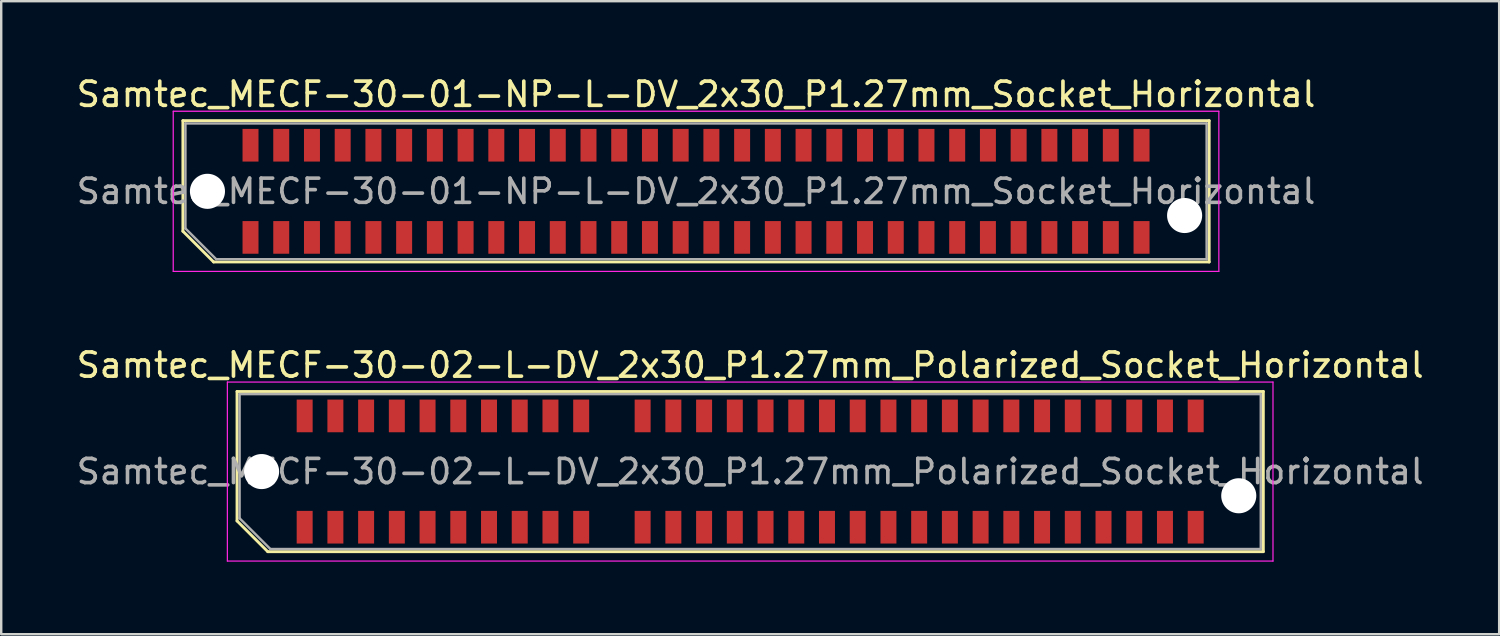
<source format=kicad_pcb>
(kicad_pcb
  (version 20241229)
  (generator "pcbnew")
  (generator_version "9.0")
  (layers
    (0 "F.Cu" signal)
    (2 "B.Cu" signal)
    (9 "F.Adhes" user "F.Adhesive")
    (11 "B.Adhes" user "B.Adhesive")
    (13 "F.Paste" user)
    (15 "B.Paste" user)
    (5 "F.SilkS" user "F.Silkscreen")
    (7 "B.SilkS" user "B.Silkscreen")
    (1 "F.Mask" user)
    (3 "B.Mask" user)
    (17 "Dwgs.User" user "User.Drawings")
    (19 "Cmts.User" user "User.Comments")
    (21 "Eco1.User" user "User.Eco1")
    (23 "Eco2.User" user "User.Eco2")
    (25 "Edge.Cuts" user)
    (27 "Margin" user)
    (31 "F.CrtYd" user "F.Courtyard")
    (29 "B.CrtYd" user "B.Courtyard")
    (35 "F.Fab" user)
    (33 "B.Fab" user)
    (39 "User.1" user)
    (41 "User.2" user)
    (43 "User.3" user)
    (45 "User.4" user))
  (footprint "Samtec_MECF-30-02-L-DV_2x30_P1.27mm_Polarized_Socket_Horizontal"
    (layer "F.Cu")
    (at 27.958 16.442)
    (property "Reference" "Samtec_MECF-30-02-L-DV_2x30_P1.27mm_Polarized_Socket_Horizontal" (at 0 -4.4 0) (layer "F.SilkS") (effects (font (size 1 1) (thickness 0.15))))
    (attr smd)
    (fp_line (start -21.21 -3.31) (end 21.21 -3.31) (stroke (width 0.12) (type solid)) (layer "F.SilkS"))
    (fp_line (start -21.21 2.04) (end -21.21 -3.31) (stroke (width 0.12) (type solid)) (layer "F.SilkS"))
    (fp_line (start -19.94 3.31) (end -21.21 2.04) (stroke (width 0.12) (type solid)) (layer "F.SilkS"))
    (fp_line (start -19.94 3.31) (end 21.21 3.31) (stroke (width 0.12) (type solid)) (layer "F.SilkS"))
    (fp_line (start 21.21 3.31) (end 21.21 -3.31) (stroke (width 0.12) (type solid)) (layer "F.SilkS"))
    (fp_line (start -21.61 -3.7) (end -21.61 3.7) (stroke (width 0.05) (type solid)) (layer "F.CrtYd"))
    (fp_line (start -21.61 3.7) (end 21.61 3.7) (stroke (width 0.05) (type solid)) (layer "F.CrtYd"))
    (fp_line (start 21.61 -3.7) (end -21.61 -3.7) (stroke (width 0.05) (type solid)) (layer "F.CrtYd"))
    (fp_line (start 21.61 3.7) (end 21.61 -3.7) (stroke (width 0.05) (type solid)) (layer "F.CrtYd"))
    (fp_line (start -21.105 -3.2) (end 21.105 -3.2) (stroke (width 0.1) (type solid)) (layer "F.Fab"))
    (fp_line (start -21.105 1.93) (end -21.105 -3.2) (stroke (width 0.1) (type solid)) (layer "F.Fab"))
    (fp_line (start -21.105 1.93) (end -19.835 3.2) (stroke (width 0.1) (type solid)) (layer "F.Fab"))
    (fp_line (start -19.835 3.2) (end 21.105 3.2) (stroke (width 0.1) (type solid)) (layer "F.Fab"))
    (fp_line (start 21.105 3.2) (end 21.105 -3.2) (stroke (width 0.1) (type solid)) (layer "F.Fab"))
    (fp_text user "${REFERENCE}" (at 0 0 0) (layer "F.Fab") (effects (font (size 1 1) (thickness 0.15))))
    (pad "" np_thru_hole circle (at -20.195 0) (size 1.45 1.45) (drill 1.45) (layers "*.Cu" "*.Mask"))
    (pad "" np_thru_hole circle (at 20.195 1) (size 1.45 1.45) (drill 1.45) (layers "*.Cu" "*.Mask"))
    (pad "1" smd rect (at -18.415 2.3) (size 0.66 1.35) (layers "F.Cu" "F.Mask" "F.Paste"))
    (pad "2" smd rect (at -18.415 -2.3) (size 0.66 1.35) (layers "F.Cu" "F.Mask" "F.Paste"))
    (pad "3" smd rect (at -17.145 2.3) (size 0.66 1.35) (layers "F.Cu" "F.Mask" "F.Paste"))
    (pad "4" smd rect (at -17.145 -2.3) (size 0.66 1.35) (layers "F.Cu" "F.Mask" "F.Paste"))
    (pad "5" smd rect (at -15.875 2.3) (size 0.66 1.35) (layers "F.Cu" "F.Mask" "F.Paste"))
    (pad "6" smd rect (at -15.875 -2.3) (size 0.66 1.35) (layers "F.Cu" "F.Mask" "F.Paste"))
    (pad "7" smd rect (at -14.605 2.3) (size 0.66 1.35) (layers "F.Cu" "F.Mask" "F.Paste"))
    (pad "8" smd rect (at -14.605 -2.3) (size 0.66 1.35) (layers "F.Cu" "F.Mask" "F.Paste"))
    (pad "9" smd rect (at -13.335 2.3) (size 0.66 1.35) (layers "F.Cu" "F.Mask" "F.Paste"))
    (pad "10" smd rect (at -13.335 -2.3) (size 0.66 1.35) (layers "F.Cu" "F.Mask" "F.Paste"))
    (pad "11" smd rect (at -12.065 2.3) (size 0.66 1.35) (layers "F.Cu" "F.Mask" "F.Paste"))
    (pad "12" smd rect (at -12.065 -2.3) (size 0.66 1.35) (layers "F.Cu" "F.Mask" "F.Paste"))
    (pad "13" smd rect (at -10.795 2.3) (size 0.66 1.35) (layers "F.Cu" "F.Mask" "F.Paste"))
    (pad "14" smd rect (at -10.795 -2.3) (size 0.66 1.35) (layers "F.Cu" "F.Mask" "F.Paste"))
    (pad "15" smd rect (at -9.525 2.3) (size 0.66 1.35) (layers "F.Cu" "F.Mask" "F.Paste"))
    (pad "16" smd rect (at -9.525 -2.3) (size 0.66 1.35) (layers "F.Cu" "F.Mask" "F.Paste"))
    (pad "17" smd rect (at -8.255 2.3) (size 0.66 1.35) (layers "F.Cu" "F.Mask" "F.Paste"))
    (pad "18" smd rect (at -8.255 -2.3) (size 0.66 1.35) (layers "F.Cu" "F.Mask" "F.Paste"))
    (pad "19" smd rect (at -6.985 2.3) (size 0.66 1.35) (layers "F.Cu" "F.Mask" "F.Paste"))
    (pad "20" smd rect (at -6.985 -2.3) (size 0.66 1.35) (layers "F.Cu" "F.Mask" "F.Paste"))
    (pad "23" smd rect (at -4.445 2.3) (size 0.66 1.35) (layers "F.Cu" "F.Mask" "F.Paste"))
    (pad "24" smd rect (at -4.445 -2.3) (size 0.66 1.35) (layers "F.Cu" "F.Mask" "F.Paste"))
    (pad "25" smd rect (at -3.175 2.3) (size 0.66 1.35) (layers "F.Cu" "F.Mask" "F.Paste"))
    (pad "26" smd rect (at -3.175 -2.3) (size 0.66 1.35) (layers "F.Cu" "F.Mask" "F.Paste"))
    (pad "27" smd rect (at -1.905 2.3) (size 0.66 1.35) (layers "F.Cu" "F.Mask" "F.Paste"))
    (pad "28" smd rect (at -1.905 -2.3) (size 0.66 1.35) (layers "F.Cu" "F.Mask" "F.Paste"))
    (pad "29" smd rect (at -0.635 2.3) (size 0.66 1.35) (layers "F.Cu" "F.Mask" "F.Paste"))
    (pad "30" smd rect (at -0.635 -2.3) (size 0.66 1.35) (layers "F.Cu" "F.Mask" "F.Paste"))
    (pad "31" smd rect (at 0.635 2.3) (size 0.66 1.35) (layers "F.Cu" "F.Mask" "F.Paste"))
    (pad "32" smd rect (at 0.635 -2.3) (size 0.66 1.35) (layers "F.Cu" "F.Mask" "F.Paste"))
    (pad "33" smd rect (at 1.905 2.3) (size 0.66 1.35) (layers "F.Cu" "F.Mask" "F.Paste"))
    (pad "34" smd rect (at 1.905 -2.3) (size 0.66 1.35) (layers "F.Cu" "F.Mask" "F.Paste"))
    (pad "35" smd rect (at 3.175 2.3) (size 0.66 1.35) (layers "F.Cu" "F.Mask" "F.Paste"))
    (pad "36" smd rect (at 3.175 -2.3) (size 0.66 1.35) (layers "F.Cu" "F.Mask" "F.Paste"))
    (pad "37" smd rect (at 4.445 2.3) (size 0.66 1.35) (layers "F.Cu" "F.Mask" "F.Paste"))
    (pad "38" smd rect (at 4.445 -2.3) (size 0.66 1.35) (layers "F.Cu" "F.Mask" "F.Paste"))
    (pad "39" smd rect (at 5.715 2.3) (size 0.66 1.35) (layers "F.Cu" "F.Mask" "F.Paste"))
    (pad "40" smd rect (at 5.715 -2.3) (size 0.66 1.35) (layers "F.Cu" "F.Mask" "F.Paste"))
    (pad "41" smd rect (at 6.985 2.3) (size 0.66 1.35) (layers "F.Cu" "F.Mask" "F.Paste"))
    (pad "42" smd rect (at 6.985 -2.3) (size 0.66 1.35) (layers "F.Cu" "F.Mask" "F.Paste"))
    (pad "43" smd rect (at 8.255 2.3) (size 0.66 1.35) (layers "F.Cu" "F.Mask" "F.Paste"))
    (pad "44" smd rect (at 8.255 -2.3) (size 0.66 1.35) (layers "F.Cu" "F.Mask" "F.Paste"))
    (pad "45" smd rect (at 9.525 2.3) (size 0.66 1.35) (layers "F.Cu" "F.Mask" "F.Paste"))
    (pad "46" smd rect (at 9.525 -2.3) (size 0.66 1.35) (layers "F.Cu" "F.Mask" "F.Paste"))
    (pad "47" smd rect (at 10.795 2.3) (size 0.66 1.35) (layers "F.Cu" "F.Mask" "F.Paste"))
    (pad "48" smd rect (at 10.795 -2.3) (size 0.66 1.35) (layers "F.Cu" "F.Mask" "F.Paste"))
    (pad "49" smd rect (at 12.065 2.3) (size 0.66 1.35) (layers "F.Cu" "F.Mask" "F.Paste"))
    (pad "50" smd rect (at 12.065 -2.3) (size 0.66 1.35) (layers "F.Cu" "F.Mask" "F.Paste"))
    (pad "51" smd rect (at 13.335 2.3) (size 0.66 1.35) (layers "F.Cu" "F.Mask" "F.Paste"))
    (pad "52" smd rect (at 13.335 -2.3) (size 0.66 1.35) (layers "F.Cu" "F.Mask" "F.Paste"))
    (pad "53" smd rect (at 14.605 2.3) (size 0.66 1.35) (layers "F.Cu" "F.Mask" "F.Paste"))
    (pad "54" smd rect (at 14.605 -2.3) (size 0.66 1.35) (layers "F.Cu" "F.Mask" "F.Paste"))
    (pad "55" smd rect (at 15.875 2.3) (size 0.66 1.35) (layers "F.Cu" "F.Mask" "F.Paste"))
    (pad "56" smd rect (at 15.875 -2.3) (size 0.66 1.35) (layers "F.Cu" "F.Mask" "F.Paste"))
    (pad "57" smd rect (at 17.145 2.3) (size 0.66 1.35) (layers "F.Cu" "F.Mask" "F.Paste"))
    (pad "58" smd rect (at 17.145 -2.3) (size 0.66 1.35) (layers "F.Cu" "F.Mask" "F.Paste"))
    (pad "59" smd rect (at 18.415 2.3) (size 0.66 1.35) (layers "F.Cu" "F.Mask" "F.Paste"))
    (pad "60" smd rect (at 18.415 -2.3) (size 0.66 1.35) (layers "F.Cu" "F.Mask" "F.Paste")))
  (footprint "Samtec_MECF-30-01-NP-L-DV_2x30_P1.27mm_Socket_Horizontal"
    (layer "F.Cu")
    (at 25.72 4.858)
    (property "Reference" "Samtec_MECF-30-01-NP-L-DV_2x30_P1.27mm_Socket_Horizontal" (at 0 -4.01 0) (layer "F.SilkS") (effects (font (size 1 1) (thickness 0.15))))
    (attr smd)
    (fp_line (start -21.21 -2.92) (end 21.21 -2.92) (stroke (width 0.12) (type solid)) (layer "F.SilkS"))
    (fp_line (start -21.21 1.65) (end -21.21 -2.92) (stroke (width 0.12) (type solid)) (layer "F.SilkS"))
    (fp_line (start -19.94 2.92) (end -21.21 1.65) (stroke (width 0.12) (type solid)) (layer "F.SilkS"))
    (fp_line (start -19.94 2.92) (end 21.21 2.92) (stroke (width 0.12) (type solid)) (layer "F.SilkS"))
    (fp_line (start 21.21 2.92) (end 21.21 -2.92) (stroke (width 0.12) (type solid)) (layer "F.SilkS"))
    (fp_line (start -21.61 -3.31) (end -21.61 3.31) (stroke (width 0.05) (type solid)) (layer "F.CrtYd"))
    (fp_line (start -21.61 3.31) (end 21.61 3.31) (stroke (width 0.05) (type solid)) (layer "F.CrtYd"))
    (fp_line (start 21.61 -3.31) (end -21.61 -3.31) (stroke (width 0.05) (type solid)) (layer "F.CrtYd"))
    (fp_line (start 21.61 3.31) (end 21.61 -3.31) (stroke (width 0.05) (type solid)) (layer "F.CrtYd"))
    (fp_line (start -21.105 -2.805) (end 21.105 -2.805) (stroke (width 0.1) (type solid)) (layer "F.Fab"))
    (fp_line (start -21.105 1.535) (end -21.105 -2.805) (stroke (width 0.1) (type solid)) (layer "F.Fab"))
    (fp_line (start -21.105 1.535) (end -19.835 2.805) (stroke (width 0.1) (type solid)) (layer "F.Fab"))
    (fp_line (start -19.835 2.805) (end 21.105 2.805) (stroke (width 0.1) (type solid)) (layer "F.Fab"))
    (fp_line (start 21.105 2.805) (end 21.105 -2.805) (stroke (width 0.1) (type solid)) (layer "F.Fab"))
    (fp_text user "${REFERENCE}" (at 0 0 0) (layer "F.Fab") (effects (font (size 1 1) (thickness 0.15))))
    (pad "" np_thru_hole circle (at -20.195 0) (size 1.45 1.45) (drill 1.45) (layers "*.Cu" "*.Mask"))
    (pad "" np_thru_hole circle (at 20.195 1) (size 1.45 1.45) (drill 1.45) (layers "*.Cu" "*.Mask"))
    (pad "1" smd rect (at -18.415 1.905) (size 0.66 1.35) (layers "F.Cu" "F.Mask" "F.Paste"))
    (pad "2" smd rect (at -18.415 -1.905) (size 0.66 1.35) (layers "F.Cu" "F.Mask" "F.Paste"))
    (pad "3" smd rect (at -17.145 1.905) (size 0.66 1.35) (layers "F.Cu" "F.Mask" "F.Paste"))
    (pad "4" smd rect (at -17.145 -1.905) (size 0.66 1.35) (layers "F.Cu" "F.Mask" "F.Paste"))
    (pad "5" smd rect (at -15.875 1.905) (size 0.66 1.35) (layers "F.Cu" "F.Mask" "F.Paste"))
    (pad "6" smd rect (at -15.875 -1.905) (size 0.66 1.35) (layers "F.Cu" "F.Mask" "F.Paste"))
    (pad "7" smd rect (at -14.605 1.905) (size 0.66 1.35) (layers "F.Cu" "F.Mask" "F.Paste"))
    (pad "8" smd rect (at -14.605 -1.905) (size 0.66 1.35) (layers "F.Cu" "F.Mask" "F.Paste"))
    (pad "9" smd rect (at -13.335 1.905) (size 0.66 1.35) (layers "F.Cu" "F.Mask" "F.Paste"))
    (pad "10" smd rect (at -13.335 -1.905) (size 0.66 1.35) (layers "F.Cu" "F.Mask" "F.Paste"))
    (pad "11" smd rect (at -12.065 1.905) (size 0.66 1.35) (layers "F.Cu" "F.Mask" "F.Paste"))
    (pad "12" smd rect (at -12.065 -1.905) (size 0.66 1.35) (layers "F.Cu" "F.Mask" "F.Paste"))
    (pad "13" smd rect (at -10.795 1.905) (size 0.66 1.35) (layers "F.Cu" "F.Mask" "F.Paste"))
    (pad "14" smd rect (at -10.795 -1.905) (size 0.66 1.35) (layers "F.Cu" "F.Mask" "F.Paste"))
    (pad "15" smd rect (at -9.525 1.905) (size 0.66 1.35) (layers "F.Cu" "F.Mask" "F.Paste"))
    (pad "16" smd rect (at -9.525 -1.905) (size 0.66 1.35) (layers "F.Cu" "F.Mask" "F.Paste"))
    (pad "17" smd rect (at -8.255 1.905) (size 0.66 1.35) (layers "F.Cu" "F.Mask" "F.Paste"))
    (pad "18" smd rect (at -8.255 -1.905) (size 0.66 1.35) (layers "F.Cu" "F.Mask" "F.Paste"))
    (pad "19" smd rect (at -6.985 1.905) (size 0.66 1.35) (layers "F.Cu" "F.Mask" "F.Paste"))
    (pad "20" smd rect (at -6.985 -1.905) (size 0.66 1.35) (layers "F.Cu" "F.Mask" "F.Paste"))
    (pad "21" smd rect (at -5.715 1.905) (size 0.66 1.35) (layers "F.Cu" "F.Mask" "F.Paste"))
    (pad "22" smd rect (at -5.715 -1.905) (size 0.66 1.35) (layers "F.Cu" "F.Mask" "F.Paste"))
    (pad "23" smd rect (at -4.445 1.905) (size 0.66 1.35) (layers "F.Cu" "F.Mask" "F.Paste"))
    (pad "24" smd rect (at -4.445 -1.905) (size 0.66 1.35) (layers "F.Cu" "F.Mask" "F.Paste"))
    (pad "25" smd rect (at -3.175 1.905) (size 0.66 1.35) (layers "F.Cu" "F.Mask" "F.Paste"))
    (pad "26" smd rect (at -3.175 -1.905) (size 0.66 1.35) (layers "F.Cu" "F.Mask" "F.Paste"))
    (pad "27" smd rect (at -1.905 1.905) (size 0.66 1.35) (layers "F.Cu" "F.Mask" "F.Paste"))
    (pad "28" smd rect (at -1.905 -1.905) (size 0.66 1.35) (layers "F.Cu" "F.Mask" "F.Paste"))
    (pad "29" smd rect (at -0.635 1.905) (size 0.66 1.35) (layers "F.Cu" "F.Mask" "F.Paste"))
    (pad "30" smd rect (at -0.635 -1.905) (size 0.66 1.35) (layers "F.Cu" "F.Mask" "F.Paste"))
    (pad "31" smd rect (at 0.635 1.905) (size 0.66 1.35) (layers "F.Cu" "F.Mask" "F.Paste"))
    (pad "32" smd rect (at 0.635 -1.905) (size 0.66 1.35) (layers "F.Cu" "F.Mask" "F.Paste"))
    (pad "33" smd rect (at 1.905 1.905) (size 0.66 1.35) (layers "F.Cu" "F.Mask" "F.Paste"))
    (pad "34" smd rect (at 1.905 -1.905) (size 0.66 1.35) (layers "F.Cu" "F.Mask" "F.Paste"))
    (pad "35" smd rect (at 3.175 1.905) (size 0.66 1.35) (layers "F.Cu" "F.Mask" "F.Paste"))
    (pad "36" smd rect (at 3.175 -1.905) (size 0.66 1.35) (layers "F.Cu" "F.Mask" "F.Paste"))
    (pad "37" smd rect (at 4.445 1.905) (size 0.66 1.35) (layers "F.Cu" "F.Mask" "F.Paste"))
    (pad "38" smd rect (at 4.445 -1.905) (size 0.66 1.35) (layers "F.Cu" "F.Mask" "F.Paste"))
    (pad "39" smd rect (at 5.715 1.905) (size 0.66 1.35) (layers "F.Cu" "F.Mask" "F.Paste"))
    (pad "40" smd rect (at 5.715 -1.905) (size 0.66 1.35) (layers "F.Cu" "F.Mask" "F.Paste"))
    (pad "41" smd rect (at 6.985 1.905) (size 0.66 1.35) (layers "F.Cu" "F.Mask" "F.Paste"))
    (pad "42" smd rect (at 6.985 -1.905) (size 0.66 1.35) (layers "F.Cu" "F.Mask" "F.Paste"))
    (pad "43" smd rect (at 8.255 1.905) (size 0.66 1.35) (layers "F.Cu" "F.Mask" "F.Paste"))
    (pad "44" smd rect (at 8.255 -1.905) (size 0.66 1.35) (layers "F.Cu" "F.Mask" "F.Paste"))
    (pad "45" smd rect (at 9.525 1.905) (size 0.66 1.35) (layers "F.Cu" "F.Mask" "F.Paste"))
    (pad "46" smd rect (at 9.525 -1.905) (size 0.66 1.35) (layers "F.Cu" "F.Mask" "F.Paste"))
    (pad "47" smd rect (at 10.795 1.905) (size 0.66 1.35) (layers "F.Cu" "F.Mask" "F.Paste"))
    (pad "48" smd rect (at 10.795 -1.905) (size 0.66 1.35) (layers "F.Cu" "F.Mask" "F.Paste"))
    (pad "49" smd rect (at 12.065 1.905) (size 0.66 1.35) (layers "F.Cu" "F.Mask" "F.Paste"))
    (pad "50" smd rect (at 12.065 -1.905) (size 0.66 1.35) (layers "F.Cu" "F.Mask" "F.Paste"))
    (pad "51" smd rect (at 13.335 1.905) (size 0.66 1.35) (layers "F.Cu" "F.Mask" "F.Paste"))
    (pad "52" smd rect (at 13.335 -1.905) (size 0.66 1.35) (layers "F.Cu" "F.Mask" "F.Paste"))
    (pad "53" smd rect (at 14.605 1.905) (size 0.66 1.35) (layers "F.Cu" "F.Mask" "F.Paste"))
    (pad "54" smd rect (at 14.605 -1.905) (size 0.66 1.35) (layers "F.Cu" "F.Mask" "F.Paste"))
    (pad "55" smd rect (at 15.875 1.905) (size 0.66 1.35) (layers "F.Cu" "F.Mask" "F.Paste"))
    (pad "56" smd rect (at 15.875 -1.905) (size 0.66 1.35) (layers "F.Cu" "F.Mask" "F.Paste"))
    (pad "57" smd rect (at 17.145 1.905) (size 0.66 1.35) (layers "F.Cu" "F.Mask" "F.Paste"))
    (pad "58" smd rect (at 17.145 -1.905) (size 0.66 1.35) (layers "F.Cu" "F.Mask" "F.Paste"))
    (pad "59" smd rect (at 18.415 1.905) (size 0.66 1.35) (layers "F.Cu" "F.Mask" "F.Paste"))
    (pad "60" smd rect (at 18.415 -1.905) (size 0.66 1.35) (layers "F.Cu" "F.Mask" "F.Paste")))
  (gr_rect
    (start -3 -3)
    (end 58.917 23.166)
    (stroke (width 0.1) (type default))
    (fill no)
    (layer "Edge.Cuts")))
</source>
